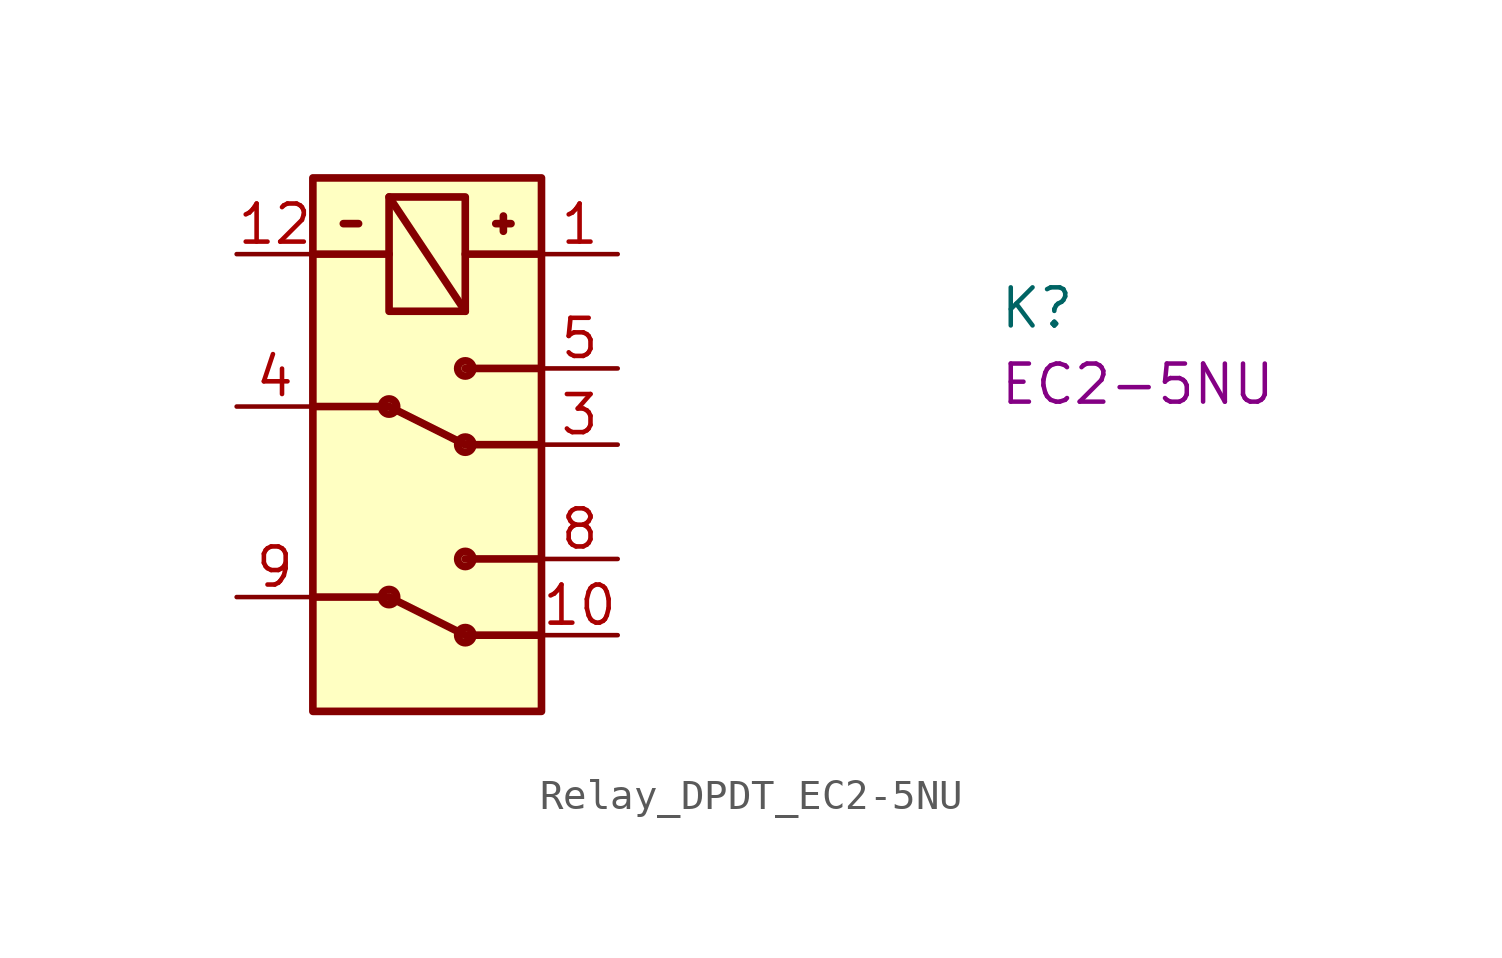
<source format=kicad_sym>
(kicad_symbol_lib
  (version 20220914)
  (generator kicad_symbol_editor)
  (symbol "Relay_DPDT_EC2-5NU"
    (pin_names hide)
    (property "Reference" "K"
      (at 25.4 -2.54 0)
      (effects (font (size 1.27 1.27) (thickness 0.15)) (justify left bottom)))
    (property "MPN" "EC2-5NU"
      (at 25.4 -5.08 0)
      (effects (font (size 1.27 1.27) (thickness 0.15)) (justify left bottom)))
    (symbol "Relay_DPDT_EC2-5NU_1_1"
      (polyline (pts (xy 2.54 -11.43) (xy 5.08 -11.43)) (stroke (width 0.254) (type default)) (fill (type background)))
      (polyline (pts (xy 2.54 -5.08) (xy 5.08 -5.08)) (stroke (width 0.254) (type default)) (fill (type background)))
      (polyline (pts (xy 2.54 0) (xy 5.08 0)) (stroke (width 0.254) (type default)) (fill (type background)))
      (polyline (pts (xy 3.556 1.016) (xy 4.064 1.016)) (stroke (width 0.254) (type default)) (fill (type background)))
      (polyline (pts (xy 5.08 -11.43) (xy 7.62 -12.7)) (stroke (width 0.254) (type default)) (fill (type background)))
      (polyline (pts (xy 5.08 -5.08) (xy 7.62 -6.35)) (stroke (width 0.254) (type default)) (fill (type background)))
      (polyline (pts (xy 5.08 1.905) (xy 7.62 -1.905)) (stroke (width 0.254) (type default)) (fill (type background)))
      (polyline (pts (xy 7.62 0) (xy 10.16 0)) (stroke (width 0.254) (type default)) (fill (type background)))
      (polyline (pts (xy 8.89 1.27) (xy 8.89 0.762)) (stroke (width 0.254) (type default)) (fill (type background)))
      (polyline (pts (xy 9.144 1.016) (xy 8.636 1.016)) (stroke (width 0.254) (type default)) (fill (type background)))
      (polyline (pts (xy 10.16 -12.7) (xy 7.62 -12.7)) (stroke (width 0.254) (type default)) (fill (type background)))
      (polyline (pts (xy 10.16 -10.16) (xy 7.62 -10.16)) (stroke (width 0.254) (type default)) (fill (type background)))
      (polyline (pts (xy 10.16 -6.35) (xy 7.62 -6.35)) (stroke (width 0.254) (type default)) (fill (type background)))
      (polyline (pts (xy 10.16 -3.81) (xy 7.62 -3.81)) (stroke (width 0.254) (type default)) (fill (type background)))
      (rectangle (start 2.54 2.54) (end 10.16 -15.24) (stroke (width 0.254) (type default)) (fill (type background)))
      (circle (center 5.08 -11.43) (radius 0.254) (stroke (width 0.254) (type default)) (fill (type background)))
      (circle (center 5.08 -5.08) (radius 0.254) (stroke (width 0.254) (type default)) (fill (type background)))
      (circle (center 7.62 -12.7) (radius 0.254) (stroke (width 0.254) (type default)) (fill (type background)))
      (circle (center 7.62 -10.16) (radius 0.254) (stroke (width 0.254) (type default)) (fill (type background)))
      (circle (center 7.62 -6.35) (radius 0.254) (stroke (width 0.254) (type default)) (fill (type background)))
      (circle (center 7.62 -3.81) (radius 0.254) (stroke (width 0.254) (type default)) (fill (type background)))
      (rectangle (start 7.62 1.905) (end 5.08 -1.905) (stroke (width 0.254) (type default)) (fill (type background)))
      (pin passive line (at 12.7 0 180) (length 2.54) (name "~" (effects (font (size 1.27 1.27)))) (number "1" (effects (font (size 1.27 1.27)))))
      (pin passive line (at 12.7 -12.7 180) (length 2.54) (name "NC2" (effects (font (size 1.27 1.27)))) (number "10" (effects (font (size 1.27 1.27)))))
      (pin passive line (at 0 0 0) (length 2.54) (name "~" (effects (font (size 1.27 1.27)))) (number "12" (effects (font (size 1.27 1.27)))))
      (pin passive line (at 12.7 -6.35 180) (length 2.54) (name "NC1" (effects (font (size 1.27 1.27)))) (number "3" (effects (font (size 1.27 1.27)))))
      (pin passive line (at 0 -5.08 0) (length 2.54) (name "COM1" (effects (font (size 1.27 1.27)))) (number "4" (effects (font (size 1.27 1.27)))))
      (pin passive line (at 12.7 -3.81 180) (length 2.54) (name "NO1" (effects (font (size 1.27 1.27)))) (number "5" (effects (font (size 1.27 1.27)))))
      (pin passive line (at 12.7 -10.16 180) (length 2.54) (name "NO2" (effects (font (size 1.27 1.27)))) (number "8" (effects (font (size 1.27 1.27)))))
      (pin passive line (at 0 -11.43 0) (length 2.54) (name "COM2" (effects (font (size 1.27 1.27)))) (number "9" (effects (font (size 1.27 1.27))))))))
</source>
